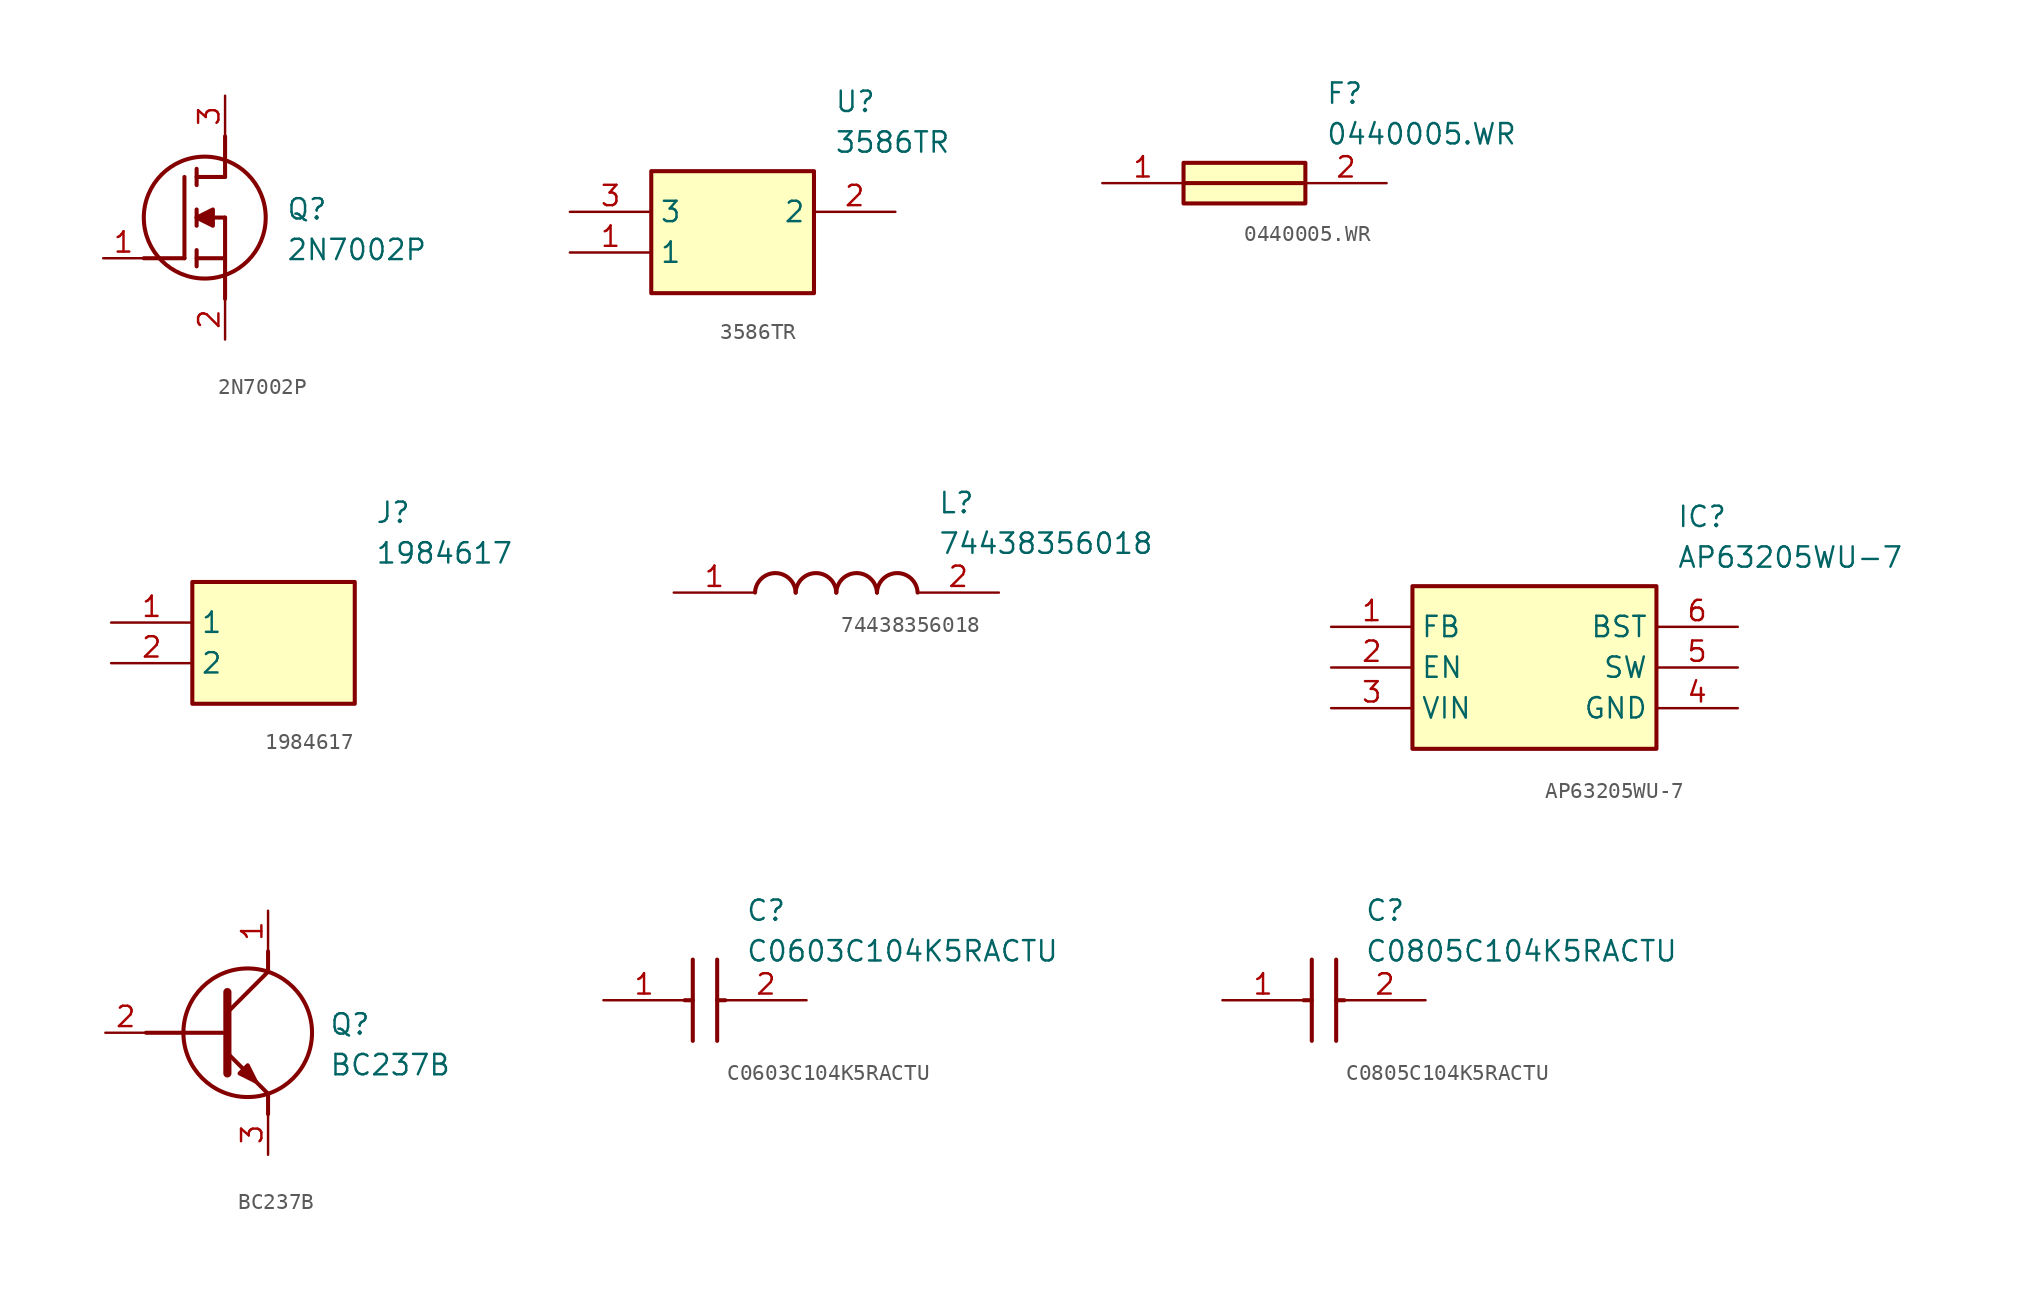
<source format=kicad_sym>
(kicad_symbol_lib
  (version 20241209)
  (generator "kicad_symbol_editor")
  (generator_version "9.0")
  (symbol "2N7002P"
    (pin_names
      (hide yes))
    (property "Reference" "Q"
      (at 11.43 3.81 0)
      (effects (font (size 1.27 1.27)) (justify left top)))
    (property "Value" "2N7002P"
      (at 11.43 1.27 0)
      (effects (font (size 1.27 1.27)) (justify left top)))
    (symbol "2N7002P_1_1"
      (polyline (pts (xy 2.54 0) (xy 5.08 0)) (stroke (width 0.254) (type default)) (fill (type none)))
      (polyline (pts (xy 5.08 5.08) (xy 5.08 0)) (stroke (width 0.254) (type default)) (fill (type none)))
      (polyline (pts (xy 5.842 5.588) (xy 5.842 4.572)) (stroke (width 0.254) (type default)) (fill (type none)))
      (polyline (pts (xy 5.842 2.54) (xy 6.858 3.048) (xy 6.858 2.032) (xy 5.842 2.54)) (stroke (width 0.254) (type default)) (fill (type outline)))
      (polyline (pts (xy 5.842 2.032) (xy 5.842 3.048)) (stroke (width 0.254) (type default)) (fill (type none)))
      (polyline (pts (xy 5.842 0) (xy 7.62 0)) (stroke (width 0.254) (type default)) (fill (type none)))
      (polyline (pts (xy 5.842 -0.508) (xy 5.842 0.508)) (stroke (width 0.254) (type default)) (fill (type none)))
      (circle (center 6.35 2.54) (radius 3.81) (stroke (width 0.254) (type default)) (fill (type none)))
      (polyline (pts (xy 7.62 5.08) (xy 5.842 5.08)) (stroke (width 0.254) (type default)) (fill (type none)))
      (polyline (pts (xy 7.62 5.08) (xy 7.62 7.62)) (stroke (width 0.254) (type default)) (fill (type none)))
      (polyline (pts (xy 7.62 2.54) (xy 5.842 2.54)) (stroke (width 0.254) (type default)) (fill (type none)))
      (polyline (pts (xy 7.62 2.54) (xy 7.62 -2.54)) (stroke (width 0.254) (type default)) (fill (type none)))
      (pin passive line (at 0 0 0) (length 2.54) (name "G" (effects (font (size 1.27 1.27)))) (number "1" (effects (font (size 1.27 1.27)))))
      (pin passive line (at 7.62 10.16 270) (length 2.54) (name "D" (effects (font (size 1.27 1.27)))) (number "3" (effects (font (size 1.27 1.27)))))
      (pin passive line (at 7.62 -5.08 90) (length 2.54) (name "S" (effects (font (size 1.27 1.27)))) (number "2" (effects (font (size 1.27 1.27)))))))
  (symbol "3586TR"
    (property "Reference" "U"
      (at 16.51 7.62 0)
      (effects (font (size 1.27 1.27)) (justify left top)))
    (property "Value" "3586TR"
      (at 16.51 5.08 0)
      (effects (font (size 1.27 1.27)) (justify left top)))
    (symbol "3586TR_1_1"
      (rectangle (start 5.08 2.54) (end 15.24 -5.08) (stroke (width 0.254) (type default)) (fill (type background)))
      (pin passive line (at 0 0 0) (length 5.08) (name "3" (effects (font (size 1.27 1.27)))) (number "3" (effects (font (size 1.27 1.27)))))
      (pin passive line (at 0 -2.54 0) (length 5.08) (name "1" (effects (font (size 1.27 1.27)))) (number "1" (effects (font (size 1.27 1.27)))))
      (pin passive line (at 20.32 0 180) (length 5.08) (name "2" (effects (font (size 1.27 1.27)))) (number "2" (effects (font (size 1.27 1.27)))))))
  (symbol "0440005.WR"
    (pin_names
      (hide yes))
    (property "Reference" "F"
      (at 13.97 6.35 0)
      (effects (font (size 1.27 1.27)) (justify left top)))
    (property "Value" "0440005.WR"
      (at 13.97 3.81 0)
      (effects (font (size 1.27 1.27)) (justify left top)))
    (symbol "0440005.WR_1_1"
      (rectangle (start 5.08 1.27) (end 12.7 -1.27) (stroke (width 0.254) (type default)) (fill (type background)))
      (polyline (pts (xy 5.08 0) (xy 12.7 0)) (stroke (width 0.254) (type default)) (fill (type none)))
      (pin passive line (at 0 0 0) (length 5.08) (name "1" (effects (font (size 1.27 1.27)))) (number "1" (effects (font (size 1.27 1.27)))))
      (pin passive line (at 17.78 0 180) (length 5.08) (name "2" (effects (font (size 1.27 1.27)))) (number "2" (effects (font (size 1.27 1.27)))))))
  (symbol "1984617"
    (property "Reference" "J"
      (at 16.51 7.62 0)
      (effects (font (size 1.27 1.27)) (justify left top)))
    (property "Value" "1984617"
      (at 16.51 5.08 0)
      (effects (font (size 1.27 1.27)) (justify left top)))
    (symbol "1984617_1_1"
      (rectangle (start 5.08 2.54) (end 15.24 -5.08) (stroke (width 0.254) (type default)) (fill (type background)))
      (pin passive line (at 0 0 0) (length 5.08) (name "1" (effects (font (size 1.27 1.27)))) (number "1" (effects (font (size 1.27 1.27)))))
      (pin passive line (at 0 -2.54 0) (length 5.08) (name "2" (effects (font (size 1.27 1.27)))) (number "2" (effects (font (size 1.27 1.27)))))))
  (symbol "74438356018"
    (pin_names
      (hide yes))
    (property "Reference" "L"
      (at 16.51 6.35 0)
      (effects (font (size 1.27 1.27)) (justify left top)))
    (property "Value" "74438356018"
      (at 16.51 3.81 0)
      (effects (font (size 1.27 1.27)) (justify left top)))
    (symbol "74438356018_1_1"
      (arc (start 5.08 0) (mid 6.35 1.219) (end 7.62 0) (stroke (width 0.254) (type default)) (fill (type none)))
      (arc (start 7.62 0) (mid 8.89 1.219) (end 10.16 0) (stroke (width 0.254) (type default)) (fill (type none)))
      (arc (start 10.16 0) (mid 11.43 1.219) (end 12.7 0) (stroke (width 0.254) (type default)) (fill (type none)))
      (arc (start 12.7 0) (mid 13.97 1.219) (end 15.24 0) (stroke (width 0.254) (type default)) (fill (type none)))
      (pin passive line (at 0 0 0) (length 5.08) (name "1" (effects (font (size 1.27 1.27)))) (number "1" (effects (font (size 1.27 1.27)))))
      (pin passive line (at 20.32 0 180) (length 5.08) (name "2" (effects (font (size 1.27 1.27)))) (number "2" (effects (font (size 1.27 1.27)))))))
  (symbol "AP63205WU-7"
    (property "Reference" "IC"
      (at 21.59 7.62 0)
      (effects (font (size 1.27 1.27)) (justify left top)))
    (property "Value" "AP63205WU-7"
      (at 21.59 5.08 0)
      (effects (font (size 1.27 1.27)) (justify left top)))
    (symbol "AP63205WU-7_1_1"
      (rectangle (start 5.08 2.54) (end 20.32 -7.62) (stroke (width 0.254) (type default)) (fill (type background)))
      (pin passive line (at 0 0 0) (length 5.08) (name "FB" (effects (font (size 1.27 1.27)))) (number "1" (effects (font (size 1.27 1.27)))))
      (pin passive line (at 0 -2.54 0) (length 5.08) (name "EN" (effects (font (size 1.27 1.27)))) (number "2" (effects (font (size 1.27 1.27)))))
      (pin passive line (at 0 -5.08 0) (length 5.08) (name "VIN" (effects (font (size 1.27 1.27)))) (number "3" (effects (font (size 1.27 1.27)))))
      (pin passive line (at 25.4 0 180) (length 5.08) (name "BST" (effects (font (size 1.27 1.27)))) (number "6" (effects (font (size 1.27 1.27)))))
      (pin passive line (at 25.4 -2.54 180) (length 5.08) (name "SW" (effects (font (size 1.27 1.27)))) (number "5" (effects (font (size 1.27 1.27)))))
      (pin passive line (at 25.4 -5.08 180) (length 5.08) (name "GND" (effects (font (size 1.27 1.27)))) (number "4" (effects (font (size 1.27 1.27)))))))
  (symbol "BC237B"
    (pin_names hide)
    (property "Reference" "Q"
      (at 13.97 1.27 0)
      (effects (font (size 1.27 1.27)) (justify left top)))
    (property "Value" "BC237B"
      (at 13.97 -1.27 0)
      (effects (font (size 1.27 1.27)) (justify left top)))
    (polyline
      (pts (xy 7.62 2.54) (xy 7.62 -2.54))
      (stroke (width 0.508) (type default))
      (fill (type none)))
    (polyline
      (pts (xy 7.62 1.27) (xy 10.16 3.81))
      (stroke (width 0.254) (type default))
      (fill (type none)))
    (polyline
      (pts (xy 7.62 -1.27) (xy 10.16 -3.81))
      (stroke (width 0.254) (type default))
      (fill (type none)))
    (polyline
      (pts (xy 10.16 -3.81) (xy 10.16 -5.08))
      (stroke (width 0.254) (type default))
      (fill (type none)))
    (polyline
      (pts (xy 10.16 3.81) (xy 10.16 5.08))
      (stroke (width 0.254) (type default))
      (fill (type none)))
    (polyline
      (pts (xy 2.54 0) (xy 7.62 0))
      (stroke (width 0.254) (type default))
      (fill (type none)))
    (circle
      (center 8.89 0)
      (radius 4.016)
      (stroke (width 0.254) (type default))
      (fill (type none)))
    (polyline
      (pts (xy 8.382 -2.54) (xy 8.89 -2.032) (xy 9.398 -3.048) (xy 8.382 -2.54))
      (stroke (width 0.254) (type default))
      (fill (type outline)))
    (pin passive line
      (at 0 0 0)
      (length 2.54)
      (name "B" (effects (font (size 1.27 1.27))))
      (number "2" (effects (font (size 1.27 1.27)))))
    (pin passive line
      (at 10.16 -7.62 90)
      (length 2.54)
      (name "E" (effects (font (size 1.27 1.27))))
      (number "3" (effects (font (size 1.27 1.27)))))
    (pin passive line
      (at 10.16 7.62 270)
      (length 2.54)
      (name "C" (effects (font (size 1.27 1.27))))
      (number "1" (effects (font (size 1.27 1.27))))))
  (symbol "C0603C104K5RACTU"
    (pin_names
      (hide yes))
    (property "Reference" "C"
      (at 8.89 6.35 0)
      (effects (font (size 1.27 1.27)) (justify left top)))
    (property "Value" "C0603C104K5RACTU"
      (at 8.89 3.81 0)
      (effects (font (size 1.27 1.27)) (justify left top)))
    (symbol "C0603C104K5RACTU_1_1"
      (polyline (pts (xy 5.08 0) (xy 5.588 0)) (stroke (width 0.254) (type default)) (fill (type none)))
      (polyline (pts (xy 5.588 2.54) (xy 5.588 -2.54)) (stroke (width 0.254) (type default)) (fill (type none)))
      (polyline (pts (xy 7.112 2.54) (xy 7.112 -2.54)) (stroke (width 0.254) (type default)) (fill (type none)))
      (polyline (pts (xy 7.112 0) (xy 7.62 0)) (stroke (width 0.254) (type default)) (fill (type none)))
      (pin passive line (at 0 0 0) (length 5.08) (name "1" (effects (font (size 1.27 1.27)))) (number "1" (effects (font (size 1.27 1.27)))))
      (pin passive line (at 12.7 0 180) (length 5.08) (name "2" (effects (font (size 1.27 1.27)))) (number "2" (effects (font (size 1.27 1.27)))))))
  (symbol "C0805C104K5RACTU"
    (pin_names
      (hide yes))
    (property "Reference" "C"
      (at 8.89 6.35 0)
      (effects (font (size 1.27 1.27)) (justify left top)))
    (property "Value" "C0805C104K5RACTU"
      (at 8.89 3.81 0)
      (effects (font (size 1.27 1.27)) (justify left top)))
    (symbol "C0805C104K5RACTU_1_1"
      (polyline (pts (xy 5.08 0) (xy 5.588 0)) (stroke (width 0.254) (type default)) (fill (type none)))
      (polyline (pts (xy 5.588 2.54) (xy 5.588 -2.54)) (stroke (width 0.254) (type default)) (fill (type none)))
      (polyline (pts (xy 7.112 2.54) (xy 7.112 -2.54)) (stroke (width 0.254) (type default)) (fill (type none)))
      (polyline (pts (xy 7.112 0) (xy 7.62 0)) (stroke (width 0.254) (type default)) (fill (type none)))
      (pin passive line (at 0 0 0) (length 5.08) (name "1" (effects (font (size 1.27 1.27)))) (number "1" (effects (font (size 1.27 1.27)))))
      (pin passive line (at 12.7 0 180) (length 5.08) (name "2" (effects (font (size 1.27 1.27)))) (number "2" (effects (font (size 1.27 1.27))))))))
</source>
